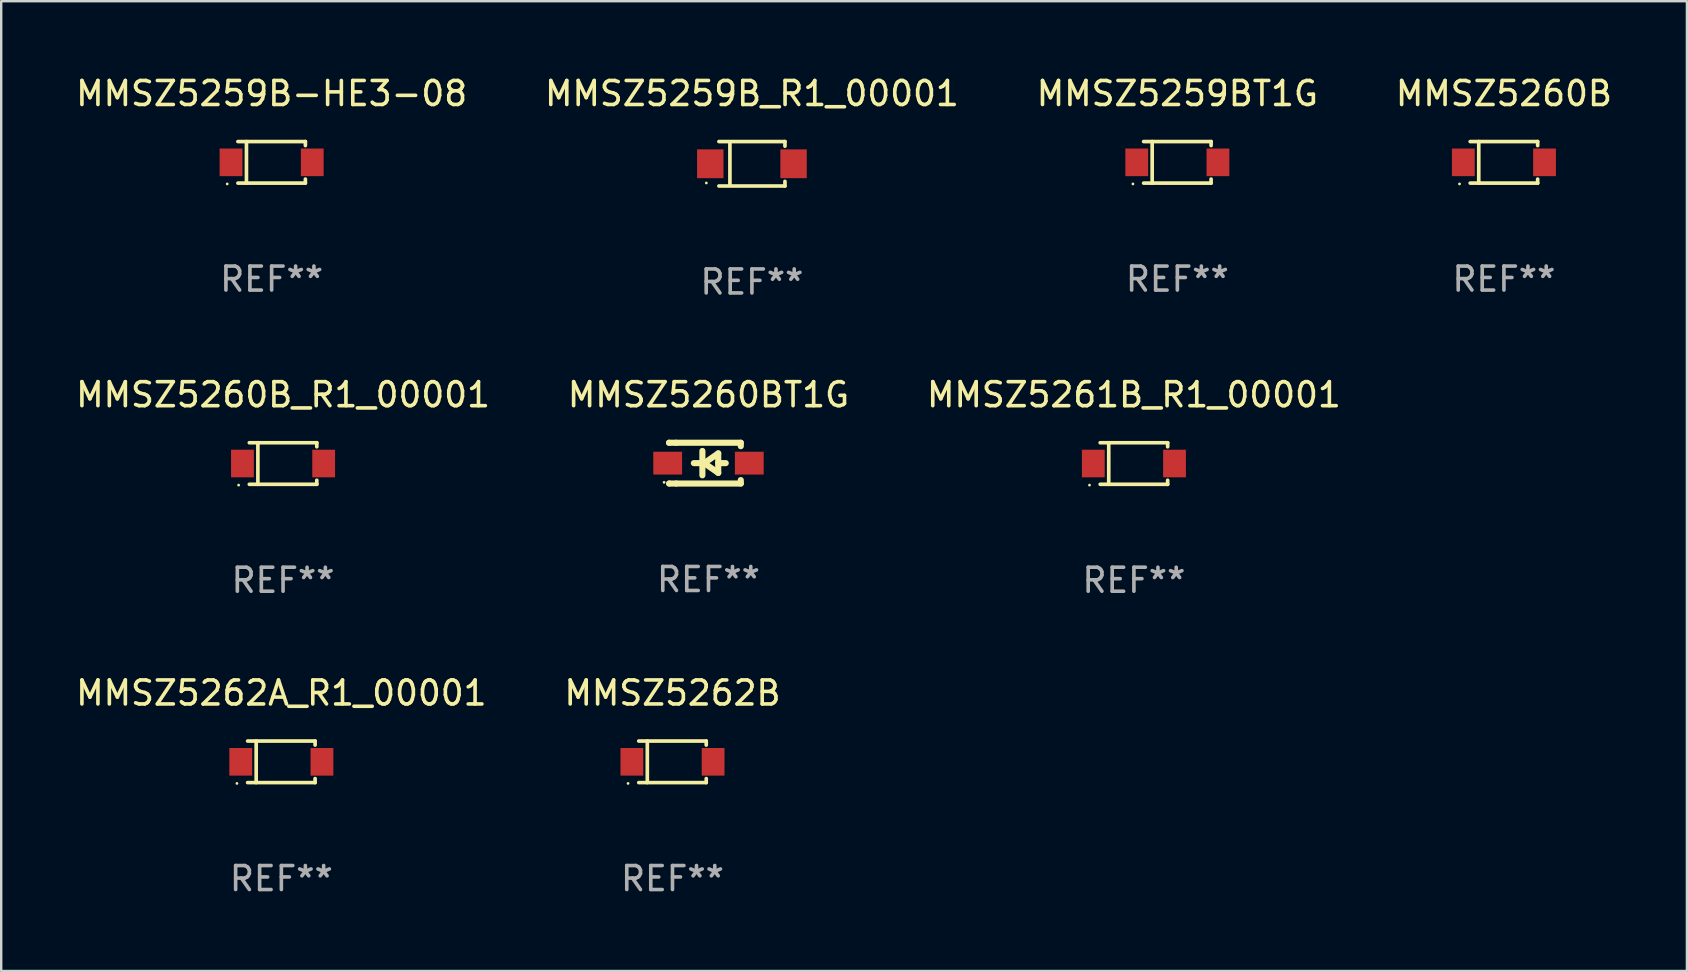
<source format=kicad_pcb>
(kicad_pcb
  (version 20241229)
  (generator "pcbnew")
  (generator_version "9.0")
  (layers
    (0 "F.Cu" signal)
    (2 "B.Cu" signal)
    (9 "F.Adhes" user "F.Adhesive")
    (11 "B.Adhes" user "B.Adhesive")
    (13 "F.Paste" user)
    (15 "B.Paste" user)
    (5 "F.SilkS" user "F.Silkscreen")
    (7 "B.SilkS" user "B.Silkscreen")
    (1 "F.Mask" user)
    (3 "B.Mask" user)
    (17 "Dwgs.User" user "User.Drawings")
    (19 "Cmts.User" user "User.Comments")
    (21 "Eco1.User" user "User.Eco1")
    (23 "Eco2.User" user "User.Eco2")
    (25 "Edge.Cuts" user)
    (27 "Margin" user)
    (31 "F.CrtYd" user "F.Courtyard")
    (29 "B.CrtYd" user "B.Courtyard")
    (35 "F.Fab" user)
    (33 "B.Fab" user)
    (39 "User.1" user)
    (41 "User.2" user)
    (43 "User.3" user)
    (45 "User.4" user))
  (footprint "MMSZ5262B"
    (layer "F.Cu")
    (at 24.97 28.692)
    (property "Reference" "MMSZ5262B" (at 0 -2.866 0) (layer "F.SilkS") (effects (font (size 1 1) (thickness 0.15))))
    (attr through_hole)
    (fp_line (start -1.406 -0.866) (end 1.406 -0.866) (stroke (width 0.152) (type solid)) (layer "F.SilkS"))
    (fp_line (start -1.406 0.866) (end 1.406 0.866) (stroke (width 0.152) (type solid)) (layer "F.SilkS"))
    (fp_line (start -1.049 -0.866) (end -1.049 0.866) (stroke (width 0.152) (type solid)) (layer "F.SilkS"))
    (fp_line (start 1.406 -0.866) (end 1.406 -0.698) (stroke (width 0.152) (type solid)) (layer "F.SilkS"))
    (fp_line (start 1.406 0.866) (end 1.406 0.698) (stroke (width 0.152) (type solid)) (layer "F.SilkS"))
    (fp_circle (center -1.851 0.9) (end -1.821 0.9) (stroke (width 0.06) (type solid)) (fill no) (layer "F.SilkS"))
    (fp_text user "REF**" (at 0 4.866 0) (layer "F.Fab") (effects (font (size 1 1) (thickness 0.15))))
    (pad "1" smd rect (at -1.692 0) (size 0.95 1.15) (layers "F.Cu" "F.Mask" "F.Paste"))
    (pad "2" smd rect (at 1.692 0) (size 0.95 1.15) (layers "F.Cu" "F.Mask" "F.Paste")))
  (footprint "MMSZ5260BT1G"
    (layer "F.Cu")
    (at 26.47 16.247)
    (property "Reference" "MMSZ5260BT1G" (at 0 -2.85 0) (layer "F.SilkS") (effects (font (size 1 1) (thickness 0.15))))
    (attr through_hole)
    (fp_line (start -1.643 -0.85) (end -1.644 -0.849) (stroke (width 0.254) (type solid)) (layer "F.SilkS"))
    (fp_line (start -1.638 0.85) (end -1.639 0.849) (stroke (width 0.254) (type solid)) (layer "F.SilkS"))
    (fp_line (start -1.346 -0.85) (end -1.643 -0.85) (stroke (width 0.254) (type solid)) (layer "F.SilkS"))
    (fp_line (start -1.346 -0.85) (end 1.346 -0.85) (stroke (width 0.254) (type solid)) (layer "F.SilkS"))
    (fp_line (start -1.346 0.85) (end -1.638 0.85) (stroke (width 0.254) (type solid)) (layer "F.SilkS"))
    (fp_line (start -0.28 0) (end -0.61 0) (stroke (width 0.254) (type solid)) (layer "F.SilkS"))
    (fp_line (start -0.254 -0.508) (end -0.254 0.508) (stroke (width 0.254) (type solid)) (layer "F.SilkS"))
    (fp_line (start -0.178 0) (end 0.406 -0.406) (stroke (width 0.254) (type solid)) (layer "F.SilkS"))
    (fp_line (start 0.406 -0.406) (end 0.406 0.406) (stroke (width 0.254) (type solid)) (layer "F.SilkS"))
    (fp_line (start 0.406 -0.000254) (end 0.72 -0.000254) (stroke (width 0.254) (type solid)) (layer "F.SilkS"))
    (fp_line (start 0.406 0.406) (end -0.178 0) (stroke (width 0.254) (type solid)) (layer "F.SilkS"))
    (fp_line (start 1.346 -0.85) (end 1.346 -0.706) (stroke (width 0.254) (type solid)) (layer "F.SilkS"))
    (fp_line (start 1.346 0.706) (end 1.346 0.85) (stroke (width 0.254) (type solid)) (layer "F.SilkS"))
    (fp_line (start 1.346 0.85) (end -1.346 0.85) (stroke (width 0.254) (type solid)) (layer "F.SilkS"))
    (fp_circle (center -1.85 0.8) (end -1.82 0.8) (stroke (width 0.06) (type solid)) (fill no) (layer "F.SilkS"))
    (fp_text user "REF**" (at 0 4.85 0) (layer "F.Fab") (effects (font (size 1 1) (thickness 0.15))))
    (pad "1" smd rect (at -1.7 0) (size 1.2 0.95) (layers "F.Cu" "F.Mask" "F.Paste"))
    (pad "2" smd rect (at 1.7 0) (size 1.2 0.95) (layers "F.Cu" "F.Mask" "F.Paste")))
  (footprint "MMSZ5262A_R1_00001"
    (layer "F.Cu")
    (at 8.673 28.692)
    (property "Reference" "MMSZ5262A_R1_00001" (at 0 -2.866 0) (layer "F.SilkS") (effects (font (size 1 1) (thickness 0.15))))
    (attr through_hole)
    (fp_line (start -1.406 -0.866) (end 1.406 -0.866) (stroke (width 0.152) (type solid)) (layer "F.SilkS"))
    (fp_line (start -1.406 0.866) (end 1.406 0.866) (stroke (width 0.152) (type solid)) (layer "F.SilkS"))
    (fp_line (start -1.049 -0.866) (end -1.049 0.866) (stroke (width 0.152) (type solid)) (layer "F.SilkS"))
    (fp_line (start 1.406 -0.866) (end 1.406 -0.698) (stroke (width 0.152) (type solid)) (layer "F.SilkS"))
    (fp_line (start 1.406 0.866) (end 1.406 0.698) (stroke (width 0.152) (type solid)) (layer "F.SilkS"))
    (fp_circle (center -1.851 0.9) (end -1.821 0.9) (stroke (width 0.06) (type solid)) (fill no) (layer "F.SilkS"))
    (fp_text user "REF**" (at 0 4.866 0) (layer "F.Fab") (effects (font (size 1 1) (thickness 0.15))))
    (pad "1" smd rect (at -1.692 0) (size 0.95 1.15) (layers "F.Cu" "F.Mask" "F.Paste"))
    (pad "2" smd rect (at 1.692 0) (size 0.95 1.15) (layers "F.Cu" "F.Mask" "F.Paste")))
  (footprint "MMSZ5261B_R1_00001"
    (layer "F.Cu")
    (at 44.196 16.263)
    (property "Reference" "MMSZ5261B_R1_00001" (at 0 -2.866 0) (layer "F.SilkS") (effects (font (size 1 1) (thickness 0.15))))
    (attr through_hole)
    (fp_line (start -1.406 -0.866) (end 1.406 -0.866) (stroke (width 0.152) (type solid)) (layer "F.SilkS"))
    (fp_line (start -1.406 0.866) (end 1.406 0.866) (stroke (width 0.152) (type solid)) (layer "F.SilkS"))
    (fp_line (start -1.049 -0.866) (end -1.049 0.866) (stroke (width 0.152) (type solid)) (layer "F.SilkS"))
    (fp_line (start 1.406 -0.866) (end 1.406 -0.698) (stroke (width 0.152) (type solid)) (layer "F.SilkS"))
    (fp_line (start 1.406 0.866) (end 1.406 0.698) (stroke (width 0.152) (type solid)) (layer "F.SilkS"))
    (fp_circle (center -1.851 0.9) (end -1.821 0.9) (stroke (width 0.06) (type solid)) (fill no) (layer "F.SilkS"))
    (fp_text user "REF**" (at 0 4.866 0) (layer "F.Fab") (effects (font (size 1 1) (thickness 0.15))))
    (pad "1" smd rect (at -1.692 0) (size 0.95 1.15) (layers "F.Cu" "F.Mask" "F.Paste"))
    (pad "2" smd rect (at 1.692 0) (size 0.95 1.15) (layers "F.Cu" "F.Mask" "F.Paste")))
  (footprint "MMSZ5259B-HE3-08"
    (layer "F.Cu")
    (at 8.268 3.714)
    (property "Reference" "MMSZ5259B-HE3-08" (at 0 -2.866 0) (layer "F.SilkS") (effects (font (size 1 1) (thickness 0.15))))
    (attr through_hole)
    (fp_line (start -1.406 -0.866) (end 1.406 -0.866) (stroke (width 0.152) (type solid)) (layer "F.SilkS"))
    (fp_line (start -1.406 0.866) (end 1.406 0.866) (stroke (width 0.152) (type solid)) (layer "F.SilkS"))
    (fp_line (start -1.049 -0.866) (end -1.049 0.866) (stroke (width 0.152) (type solid)) (layer "F.SilkS"))
    (fp_line (start 1.406 -0.866) (end 1.406 -0.698) (stroke (width 0.152) (type solid)) (layer "F.SilkS"))
    (fp_line (start 1.406 0.866) (end 1.406 0.698) (stroke (width 0.152) (type solid)) (layer "F.SilkS"))
    (fp_circle (center -1.851 0.9) (end -1.821 0.9) (stroke (width 0.06) (type solid)) (fill no) (layer "F.SilkS"))
    (fp_text user "REF**" (at 0 4.866 0) (layer "F.Fab") (effects (font (size 1 1) (thickness 0.15))))
    (pad "1" smd rect (at -1.692 0) (size 0.95 1.15) (layers "F.Cu" "F.Mask" "F.Paste"))
    (pad "2" smd rect (at 1.692 0) (size 0.95 1.15) (layers "F.Cu" "F.Mask" "F.Paste")))
  (footprint "MMSZ5260B"
    (layer "F.Cu")
    (at 59.613 3.714)
    (property "Reference" "MMSZ5260B" (at 0 -2.866 0) (layer "F.SilkS") (effects (font (size 1 1) (thickness 0.15))))
    (attr through_hole)
    (fp_line (start -1.406 -0.866) (end 1.406 -0.866) (stroke (width 0.152) (type solid)) (layer "F.SilkS"))
    (fp_line (start -1.406 0.866) (end 1.406 0.866) (stroke (width 0.152) (type solid)) (layer "F.SilkS"))
    (fp_line (start -1.049 -0.866) (end -1.049 0.866) (stroke (width 0.152) (type solid)) (layer "F.SilkS"))
    (fp_line (start 1.406 -0.866) (end 1.406 -0.698) (stroke (width 0.152) (type solid)) (layer "F.SilkS"))
    (fp_line (start 1.406 0.866) (end 1.406 0.698) (stroke (width 0.152) (type solid)) (layer "F.SilkS"))
    (fp_circle (center -1.851 0.9) (end -1.821 0.9) (stroke (width 0.06) (type solid)) (fill no) (layer "F.SilkS"))
    (fp_text user "REF**" (at 0 4.866 0) (layer "F.Fab") (effects (font (size 1 1) (thickness 0.15))))
    (pad "1" smd rect (at -1.692 0) (size 0.95 1.15) (layers "F.Cu" "F.Mask" "F.Paste"))
    (pad "2" smd rect (at 1.692 0) (size 0.95 1.15) (layers "F.Cu" "F.Mask" "F.Paste")))
  (footprint "MMSZ5260B_R1_00001"
    (layer "F.Cu")
    (at 8.744 16.263)
    (property "Reference" "MMSZ5260B_R1_00001" (at 0 -2.866 0) (layer "F.SilkS") (effects (font (size 1 1) (thickness 0.15))))
    (attr through_hole)
    (fp_line (start -1.406 -0.866) (end 1.406 -0.866) (stroke (width 0.152) (type solid)) (layer "F.SilkS"))
    (fp_line (start -1.406 0.866) (end 1.406 0.866) (stroke (width 0.152) (type solid)) (layer "F.SilkS"))
    (fp_line (start -1.049 -0.866) (end -1.049 0.866) (stroke (width 0.152) (type solid)) (layer "F.SilkS"))
    (fp_line (start 1.406 -0.866) (end 1.406 -0.698) (stroke (width 0.152) (type solid)) (layer "F.SilkS"))
    (fp_line (start 1.406 0.866) (end 1.406 0.698) (stroke (width 0.152) (type solid)) (layer "F.SilkS"))
    (fp_circle (center -1.851 0.9) (end -1.821 0.9) (stroke (width 0.06) (type solid)) (fill no) (layer "F.SilkS"))
    (fp_text user "REF**" (at 0 4.866 0) (layer "F.Fab") (effects (font (size 1 1) (thickness 0.15))))
    (pad "1" smd rect (at -1.692 0) (size 0.95 1.15) (layers "F.Cu" "F.Mask" "F.Paste"))
    (pad "2" smd rect (at 1.692 0) (size 0.95 1.15) (layers "F.Cu" "F.Mask" "F.Paste")))
  (footprint "MMSZ5259B_R1_00001"
    (layer "F.Cu")
    (at 28.28 3.774)
    (property "Reference" "MMSZ5259B_R1_00001" (at 0 -2.926 0) (layer "F.SilkS") (effects (font (size 1 1) (thickness 0.15))))
    (attr through_hole)
    (fp_line (start -1.376 -0.926) (end 1.376 -0.926) (stroke (width 0.152) (type solid)) (layer "F.SilkS"))
    (fp_line (start -1.376 0.926) (end 1.376 0.926) (stroke (width 0.152) (type solid)) (layer "F.SilkS"))
    (fp_line (start -0.917 -0.876) (end -0.917 0.876) (stroke (width 0.152) (type solid)) (layer "F.SilkS"))
    (fp_line (start 1.376 -0.926) (end 1.376 -0.733) (stroke (width 0.152) (type solid)) (layer "F.SilkS"))
    (fp_line (start 1.376 0.926) (end 1.376 0.733) (stroke (width 0.152) (type solid)) (layer "F.SilkS"))
    (fp_circle (center -1.9 0.8) (end -1.87 0.8) (stroke (width 0.06) (type solid)) (fill no) (layer "F.SilkS"))
    (fp_text user "REF**" (at 0 4.926 0) (layer "F.Fab") (effects (font (size 1 1) (thickness 0.15))))
    (pad "1" smd rect (at -1.735 -0.000025) (size 1.1 1.2) (layers "F.Cu" "F.Mask" "F.Paste"))
    (pad "2" smd rect (at 1.735 -0.000025) (size 1.1 1.2) (layers "F.Cu" "F.Mask" "F.Paste")))
  (footprint "MMSZ5259BT1G"
    (layer "F.Cu")
    (at 46.006 3.714)
    (property "Reference" "MMSZ5259BT1G" (at 0 -2.866 0) (layer "F.SilkS") (effects (font (size 1 1) (thickness 0.15))))
    (attr through_hole)
    (fp_line (start -1.406 -0.866) (end 1.406 -0.866) (stroke (width 0.152) (type solid)) (layer "F.SilkS"))
    (fp_line (start -1.406 0.866) (end 1.406 0.866) (stroke (width 0.152) (type solid)) (layer "F.SilkS"))
    (fp_line (start -1.049 -0.866) (end -1.049 0.866) (stroke (width 0.152) (type solid)) (layer "F.SilkS"))
    (fp_line (start 1.406 -0.866) (end 1.406 -0.698) (stroke (width 0.152) (type solid)) (layer "F.SilkS"))
    (fp_line (start 1.406 0.866) (end 1.406 0.698) (stroke (width 0.152) (type solid)) (layer "F.SilkS"))
    (fp_circle (center -1.851 0.9) (end -1.821 0.9) (stroke (width 0.06) (type solid)) (fill no) (layer "F.SilkS"))
    (fp_text user "REF**" (at 0 4.866 0) (layer "F.Fab") (effects (font (size 1 1) (thickness 0.15))))
    (pad "1" smd rect (at -1.692 0) (size 0.95 1.15) (layers "F.Cu" "F.Mask" "F.Paste"))
    (pad "2" smd rect (at 1.692 0) (size 0.95 1.15) (layers "F.Cu" "F.Mask" "F.Paste")))
  (gr_rect
    (start -3 -3)
    (end 67.238 37.407)
    (stroke (width 0.1) (type default))
    (fill no)
    (layer "Edge.Cuts")))
</source>
